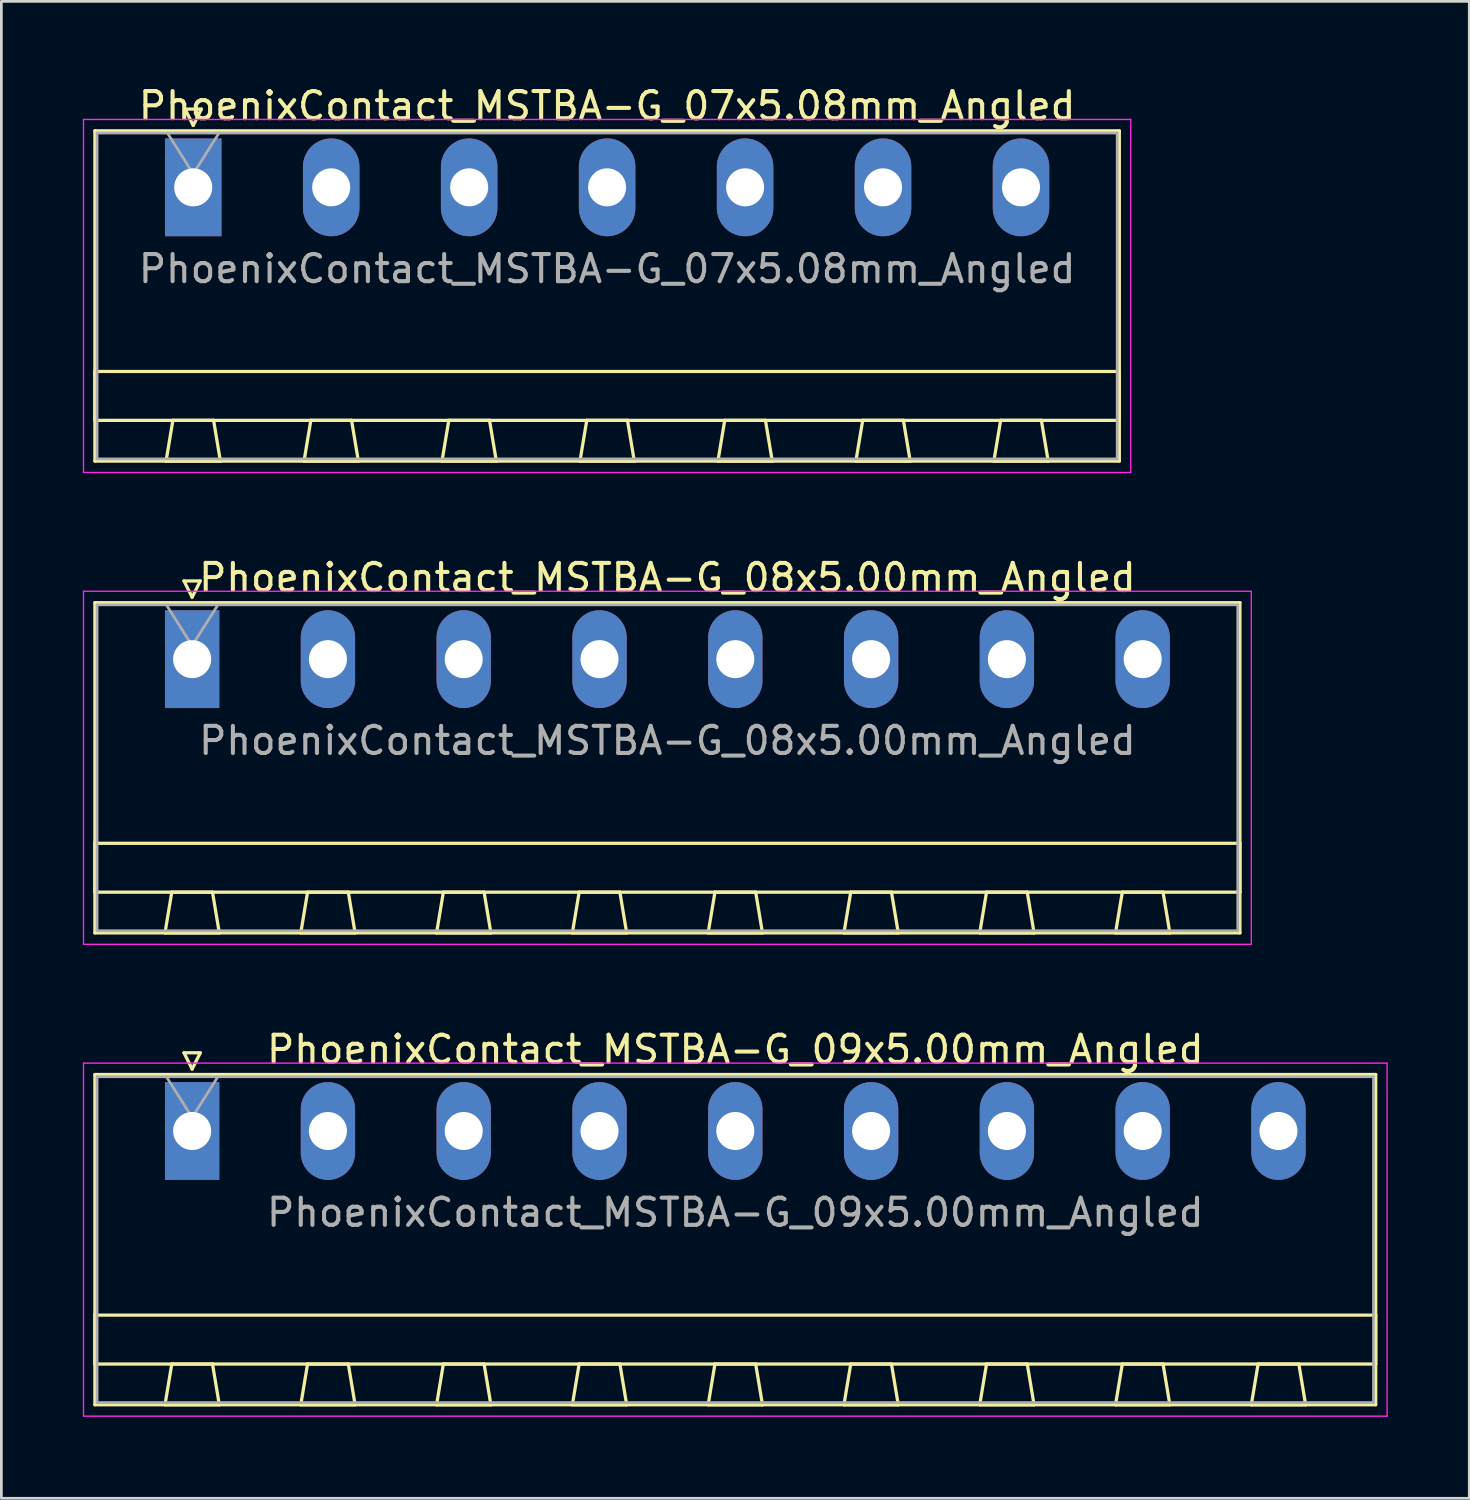
<source format=kicad_pcb>
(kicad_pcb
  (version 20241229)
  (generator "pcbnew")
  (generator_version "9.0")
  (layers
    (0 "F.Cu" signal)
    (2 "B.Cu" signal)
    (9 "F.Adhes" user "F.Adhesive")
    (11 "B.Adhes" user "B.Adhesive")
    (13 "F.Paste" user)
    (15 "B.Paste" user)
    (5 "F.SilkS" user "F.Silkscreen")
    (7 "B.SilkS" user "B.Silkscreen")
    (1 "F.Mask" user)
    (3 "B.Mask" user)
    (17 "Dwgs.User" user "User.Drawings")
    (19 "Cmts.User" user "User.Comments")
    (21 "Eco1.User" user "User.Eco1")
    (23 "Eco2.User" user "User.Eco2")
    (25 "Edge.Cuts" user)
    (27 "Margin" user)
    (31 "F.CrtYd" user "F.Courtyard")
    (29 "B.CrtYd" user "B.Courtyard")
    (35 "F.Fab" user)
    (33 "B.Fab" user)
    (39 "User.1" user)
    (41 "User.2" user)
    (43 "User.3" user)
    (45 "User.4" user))
  (footprint "PhoenixContact_MSTBA-G_09x5.00mm_Angled"
    (layer "F.Cu")
    (at 4.025 38.595)
    (property "Reference" "PhoenixContact_MSTBA-G_09x5.00mm_Angled" (at 20 -3 0) (layer "F.SilkS") (effects (font (size 1 1) (thickness 0.15))))
    (attr through_hole)
    (fp_line (start -3.58 -2.08) (end -3.58 10.08) (stroke (width 0.12) (type solid)) (layer "F.SilkS"))
    (fp_line (start -3.58 6.78) (end 43.58 6.78) (stroke (width 0.12) (type solid)) (layer "F.SilkS"))
    (fp_line (start -3.58 8.58) (end -3.58 6.78) (stroke (width 0.12) (type solid)) (layer "F.SilkS"))
    (fp_line (start -3.58 10.08) (end 43.58 10.08) (stroke (width 0.12) (type solid)) (layer "F.SilkS"))
    (fp_line (start -1 10.08) (end 1 10.08) (stroke (width 0.12) (type solid)) (layer "F.SilkS"))
    (fp_line (start -0.75 8.58) (end -1 10.08) (stroke (width 0.12) (type solid)) (layer "F.SilkS"))
    (fp_line (start -0.3 -2.88) (end 0.3 -2.88) (stroke (width 0.12) (type solid)) (layer "F.SilkS"))
    (fp_line (start 0 -2.28) (end -0.3 -2.88) (stroke (width 0.12) (type solid)) (layer "F.SilkS"))
    (fp_line (start 0.3 -2.88) (end 0 -2.28) (stroke (width 0.12) (type solid)) (layer "F.SilkS"))
    (fp_line (start 0.75 8.58) (end -0.75 8.58) (stroke (width 0.12) (type solid)) (layer "F.SilkS"))
    (fp_line (start 1 10.08) (end 0.75 8.58) (stroke (width 0.12) (type solid)) (layer "F.SilkS"))
    (fp_line (start 4 10.08) (end 6 10.08) (stroke (width 0.12) (type solid)) (layer "F.SilkS"))
    (fp_line (start 4.25 8.58) (end 4 10.08) (stroke (width 0.12) (type solid)) (layer "F.SilkS"))
    (fp_line (start 5.75 8.58) (end 4.25 8.58) (stroke (width 0.12) (type solid)) (layer "F.SilkS"))
    (fp_line (start 6 10.08) (end 5.75 8.58) (stroke (width 0.12) (type solid)) (layer "F.SilkS"))
    (fp_line (start 9 10.08) (end 11 10.08) (stroke (width 0.12) (type solid)) (layer "F.SilkS"))
    (fp_line (start 9.25 8.58) (end 9 10.08) (stroke (width 0.12) (type solid)) (layer "F.SilkS"))
    (fp_line (start 10.75 8.58) (end 9.25 8.58) (stroke (width 0.12) (type solid)) (layer "F.SilkS"))
    (fp_line (start 11 10.08) (end 10.75 8.58) (stroke (width 0.12) (type solid)) (layer "F.SilkS"))
    (fp_line (start 14 10.08) (end 16 10.08) (stroke (width 0.12) (type solid)) (layer "F.SilkS"))
    (fp_line (start 14.25 8.58) (end 14 10.08) (stroke (width 0.12) (type solid)) (layer "F.SilkS"))
    (fp_line (start 15.75 8.58) (end 14.25 8.58) (stroke (width 0.12) (type solid)) (layer "F.SilkS"))
    (fp_line (start 16 10.08) (end 15.75 8.58) (stroke (width 0.12) (type solid)) (layer "F.SilkS"))
    (fp_line (start 19 10.08) (end 21 10.08) (stroke (width 0.12) (type solid)) (layer "F.SilkS"))
    (fp_line (start 19.25 8.58) (end 19 10.08) (stroke (width 0.12) (type solid)) (layer "F.SilkS"))
    (fp_line (start 20.75 8.58) (end 19.25 8.58) (stroke (width 0.12) (type solid)) (layer "F.SilkS"))
    (fp_line (start 21 10.08) (end 20.75 8.58) (stroke (width 0.12) (type solid)) (layer "F.SilkS"))
    (fp_line (start 24 10.08) (end 26 10.08) (stroke (width 0.12) (type solid)) (layer "F.SilkS"))
    (fp_line (start 24.25 8.58) (end 24 10.08) (stroke (width 0.12) (type solid)) (layer "F.SilkS"))
    (fp_line (start 25.75 8.58) (end 24.25 8.58) (stroke (width 0.12) (type solid)) (layer "F.SilkS"))
    (fp_line (start 26 10.08) (end 25.75 8.58) (stroke (width 0.12) (type solid)) (layer "F.SilkS"))
    (fp_line (start 29 10.08) (end 31 10.08) (stroke (width 0.12) (type solid)) (layer "F.SilkS"))
    (fp_line (start 29.25 8.58) (end 29 10.08) (stroke (width 0.12) (type solid)) (layer "F.SilkS"))
    (fp_line (start 30.75 8.58) (end 29.25 8.58) (stroke (width 0.12) (type solid)) (layer "F.SilkS"))
    (fp_line (start 31 10.08) (end 30.75 8.58) (stroke (width 0.12) (type solid)) (layer "F.SilkS"))
    (fp_line (start 34 10.08) (end 36 10.08) (stroke (width 0.12) (type solid)) (layer "F.SilkS"))
    (fp_line (start 34.25 8.58) (end 34 10.08) (stroke (width 0.12) (type solid)) (layer "F.SilkS"))
    (fp_line (start 35.75 8.58) (end 34.25 8.58) (stroke (width 0.12) (type solid)) (layer "F.SilkS"))
    (fp_line (start 36 10.08) (end 35.75 8.58) (stroke (width 0.12) (type solid)) (layer "F.SilkS"))
    (fp_line (start 39 10.08) (end 41 10.08) (stroke (width 0.12) (type solid)) (layer "F.SilkS"))
    (fp_line (start 39.25 8.58) (end 39 10.08) (stroke (width 0.12) (type solid)) (layer "F.SilkS"))
    (fp_line (start 40.75 8.58) (end 39.25 8.58) (stroke (width 0.12) (type solid)) (layer "F.SilkS"))
    (fp_line (start 41 10.08) (end 40.75 8.58) (stroke (width 0.12) (type solid)) (layer "F.SilkS"))
    (fp_line (start 43.58 -2.08) (end -3.58 -2.08) (stroke (width 0.12) (type solid)) (layer "F.SilkS"))
    (fp_line (start 43.58 6.78) (end 43.58 8.58) (stroke (width 0.12) (type solid)) (layer "F.SilkS"))
    (fp_line (start 43.58 8.58) (end -3.58 8.58) (stroke (width 0.12) (type solid)) (layer "F.SilkS"))
    (fp_line (start 43.58 10.08) (end 43.58 -2.08) (stroke (width 0.12) (type solid)) (layer "F.SilkS"))
    (fp_line (start -4 -2.5) (end -4 10.5) (stroke (width 0.05) (type solid)) (layer "F.CrtYd"))
    (fp_line (start -4 10.5) (end 44 10.5) (stroke (width 0.05) (type solid)) (layer "F.CrtYd"))
    (fp_line (start 44 -2.5) (end -4 -2.5) (stroke (width 0.05) (type solid)) (layer "F.CrtYd"))
    (fp_line (start 44 10.5) (end 44 -2.5) (stroke (width 0.05) (type solid)) (layer "F.CrtYd"))
    (fp_line (start -3.5 -2) (end -3.5 10) (stroke (width 0.1) (type solid)) (layer "F.Fab"))
    (fp_line (start -3.5 10) (end 43.5 10) (stroke (width 0.1) (type solid)) (layer "F.Fab"))
    (fp_line (start 0 -0.5) (end -0.95 -2) (stroke (width 0.1) (type solid)) (layer "F.Fab"))
    (fp_line (start 0.95 -2) (end 0 -0.5) (stroke (width 0.1) (type solid)) (layer "F.Fab"))
    (fp_line (start 43.5 -2) (end -3.5 -2) (stroke (width 0.1) (type solid)) (layer "F.Fab"))
    (fp_line (start 43.5 10) (end 43.5 -2) (stroke (width 0.1) (type solid)) (layer "F.Fab"))
    (fp_text user "${REFERENCE}" (at 20 3 0) (layer "F.Fab") (effects (font (size 1 1) (thickness 0.15))))
    (pad "1" thru_hole rect (at 0 0) (size 2 3.6) (drill 1.4) (layers "*.Cu" "*.Mask"))
    (pad "2" thru_hole oval (at 5 0) (size 2 3.6) (drill 1.4) (layers "*.Cu" "*.Mask"))
    (pad "3" thru_hole oval (at 10 0) (size 2 3.6) (drill 1.4) (layers "*.Cu" "*.Mask"))
    (pad "4" thru_hole oval (at 15 0) (size 2 3.6) (drill 1.4) (layers "*.Cu" "*.Mask"))
    (pad "5" thru_hole oval (at 20 0) (size 2 3.6) (drill 1.4) (layers "*.Cu" "*.Mask"))
    (pad "6" thru_hole oval (at 25 0) (size 2 3.6) (drill 1.4) (layers "*.Cu" "*.Mask"))
    (pad "7" thru_hole oval (at 30 0) (size 2 3.6) (drill 1.4) (layers "*.Cu" "*.Mask"))
    (pad "8" thru_hole oval (at 35 0) (size 2 3.6) (drill 1.4) (layers "*.Cu" "*.Mask"))
    (pad "9" thru_hole oval (at 40 0) (size 2 3.6) (drill 1.4) (layers "*.Cu" "*.Mask")))
  (footprint "PhoenixContact_MSTBA-G_08x5.00mm_Angled"
    (layer "F.Cu")
    (at 4.025 21.221)
    (property "Reference" "PhoenixContact_MSTBA-G_08x5.00mm_Angled" (at 17.5 -3 0) (layer "F.SilkS") (effects (font (size 1 1) (thickness 0.15))))
    (attr through_hole)
    (fp_line (start -3.58 -2.08) (end -3.58 10.08) (stroke (width 0.12) (type solid)) (layer "F.SilkS"))
    (fp_line (start -3.58 6.78) (end 38.58 6.78) (stroke (width 0.12) (type solid)) (layer "F.SilkS"))
    (fp_line (start -3.58 8.58) (end -3.58 6.78) (stroke (width 0.12) (type solid)) (layer "F.SilkS"))
    (fp_line (start -3.58 10.08) (end 38.58 10.08) (stroke (width 0.12) (type solid)) (layer "F.SilkS"))
    (fp_line (start -1 10.08) (end 1 10.08) (stroke (width 0.12) (type solid)) (layer "F.SilkS"))
    (fp_line (start -0.75 8.58) (end -1 10.08) (stroke (width 0.12) (type solid)) (layer "F.SilkS"))
    (fp_line (start -0.3 -2.88) (end 0.3 -2.88) (stroke (width 0.12) (type solid)) (layer "F.SilkS"))
    (fp_line (start 0 -2.28) (end -0.3 -2.88) (stroke (width 0.12) (type solid)) (layer "F.SilkS"))
    (fp_line (start 0.3 -2.88) (end 0 -2.28) (stroke (width 0.12) (type solid)) (layer "F.SilkS"))
    (fp_line (start 0.75 8.58) (end -0.75 8.58) (stroke (width 0.12) (type solid)) (layer "F.SilkS"))
    (fp_line (start 1 10.08) (end 0.75 8.58) (stroke (width 0.12) (type solid)) (layer "F.SilkS"))
    (fp_line (start 4 10.08) (end 6 10.08) (stroke (width 0.12) (type solid)) (layer "F.SilkS"))
    (fp_line (start 4.25 8.58) (end 4 10.08) (stroke (width 0.12) (type solid)) (layer "F.SilkS"))
    (fp_line (start 5.75 8.58) (end 4.25 8.58) (stroke (width 0.12) (type solid)) (layer "F.SilkS"))
    (fp_line (start 6 10.08) (end 5.75 8.58) (stroke (width 0.12) (type solid)) (layer "F.SilkS"))
    (fp_line (start 9 10.08) (end 11 10.08) (stroke (width 0.12) (type solid)) (layer "F.SilkS"))
    (fp_line (start 9.25 8.58) (end 9 10.08) (stroke (width 0.12) (type solid)) (layer "F.SilkS"))
    (fp_line (start 10.75 8.58) (end 9.25 8.58) (stroke (width 0.12) (type solid)) (layer "F.SilkS"))
    (fp_line (start 11 10.08) (end 10.75 8.58) (stroke (width 0.12) (type solid)) (layer "F.SilkS"))
    (fp_line (start 14 10.08) (end 16 10.08) (stroke (width 0.12) (type solid)) (layer "F.SilkS"))
    (fp_line (start 14.25 8.58) (end 14 10.08) (stroke (width 0.12) (type solid)) (layer "F.SilkS"))
    (fp_line (start 15.75 8.58) (end 14.25 8.58) (stroke (width 0.12) (type solid)) (layer "F.SilkS"))
    (fp_line (start 16 10.08) (end 15.75 8.58) (stroke (width 0.12) (type solid)) (layer "F.SilkS"))
    (fp_line (start 19 10.08) (end 21 10.08) (stroke (width 0.12) (type solid)) (layer "F.SilkS"))
    (fp_line (start 19.25 8.58) (end 19 10.08) (stroke (width 0.12) (type solid)) (layer "F.SilkS"))
    (fp_line (start 20.75 8.58) (end 19.25 8.58) (stroke (width 0.12) (type solid)) (layer "F.SilkS"))
    (fp_line (start 21 10.08) (end 20.75 8.58) (stroke (width 0.12) (type solid)) (layer "F.SilkS"))
    (fp_line (start 24 10.08) (end 26 10.08) (stroke (width 0.12) (type solid)) (layer "F.SilkS"))
    (fp_line (start 24.25 8.58) (end 24 10.08) (stroke (width 0.12) (type solid)) (layer "F.SilkS"))
    (fp_line (start 25.75 8.58) (end 24.25 8.58) (stroke (width 0.12) (type solid)) (layer "F.SilkS"))
    (fp_line (start 26 10.08) (end 25.75 8.58) (stroke (width 0.12) (type solid)) (layer "F.SilkS"))
    (fp_line (start 29 10.08) (end 31 10.08) (stroke (width 0.12) (type solid)) (layer "F.SilkS"))
    (fp_line (start 29.25 8.58) (end 29 10.08) (stroke (width 0.12) (type solid)) (layer "F.SilkS"))
    (fp_line (start 30.75 8.58) (end 29.25 8.58) (stroke (width 0.12) (type solid)) (layer "F.SilkS"))
    (fp_line (start 31 10.08) (end 30.75 8.58) (stroke (width 0.12) (type solid)) (layer "F.SilkS"))
    (fp_line (start 34 10.08) (end 36 10.08) (stroke (width 0.12) (type solid)) (layer "F.SilkS"))
    (fp_line (start 34.25 8.58) (end 34 10.08) (stroke (width 0.12) (type solid)) (layer "F.SilkS"))
    (fp_line (start 35.75 8.58) (end 34.25 8.58) (stroke (width 0.12) (type solid)) (layer "F.SilkS"))
    (fp_line (start 36 10.08) (end 35.75 8.58) (stroke (width 0.12) (type solid)) (layer "F.SilkS"))
    (fp_line (start 38.58 -2.08) (end -3.58 -2.08) (stroke (width 0.12) (type solid)) (layer "F.SilkS"))
    (fp_line (start 38.58 6.78) (end 38.58 8.58) (stroke (width 0.12) (type solid)) (layer "F.SilkS"))
    (fp_line (start 38.58 8.58) (end -3.58 8.58) (stroke (width 0.12) (type solid)) (layer "F.SilkS"))
    (fp_line (start 38.58 10.08) (end 38.58 -2.08) (stroke (width 0.12) (type solid)) (layer "F.SilkS"))
    (fp_line (start -4 -2.5) (end -4 10.5) (stroke (width 0.05) (type solid)) (layer "F.CrtYd"))
    (fp_line (start -4 10.5) (end 39 10.5) (stroke (width 0.05) (type solid)) (layer "F.CrtYd"))
    (fp_line (start 39 -2.5) (end -4 -2.5) (stroke (width 0.05) (type solid)) (layer "F.CrtYd"))
    (fp_line (start 39 10.5) (end 39 -2.5) (stroke (width 0.05) (type solid)) (layer "F.CrtYd"))
    (fp_line (start -3.5 -2) (end -3.5 10) (stroke (width 0.1) (type solid)) (layer "F.Fab"))
    (fp_line (start -3.5 10) (end 38.5 10) (stroke (width 0.1) (type solid)) (layer "F.Fab"))
    (fp_line (start 0 -0.5) (end -0.95 -2) (stroke (width 0.1) (type solid)) (layer "F.Fab"))
    (fp_line (start 0.95 -2) (end 0 -0.5) (stroke (width 0.1) (type solid)) (layer "F.Fab"))
    (fp_line (start 38.5 -2) (end -3.5 -2) (stroke (width 0.1) (type solid)) (layer "F.Fab"))
    (fp_line (start 38.5 10) (end 38.5 -2) (stroke (width 0.1) (type solid)) (layer "F.Fab"))
    (fp_text user "${REFERENCE}" (at 17.5 3 0) (layer "F.Fab") (effects (font (size 1 1) (thickness 0.15))))
    (pad "1" thru_hole rect (at 0 0) (size 2 3.6) (drill 1.4) (layers "*.Cu" "*.Mask"))
    (pad "2" thru_hole oval (at 5 0) (size 2 3.6) (drill 1.4) (layers "*.Cu" "*.Mask"))
    (pad "3" thru_hole oval (at 10 0) (size 2 3.6) (drill 1.4) (layers "*.Cu" "*.Mask"))
    (pad "4" thru_hole oval (at 15 0) (size 2 3.6) (drill 1.4) (layers "*.Cu" "*.Mask"))
    (pad "5" thru_hole oval (at 20 0) (size 2 3.6) (drill 1.4) (layers "*.Cu" "*.Mask"))
    (pad "6" thru_hole oval (at 25 0) (size 2 3.6) (drill 1.4) (layers "*.Cu" "*.Mask"))
    (pad "7" thru_hole oval (at 30 0) (size 2 3.6) (drill 1.4) (layers "*.Cu" "*.Mask"))
    (pad "8" thru_hole oval (at 35 0) (size 2 3.6) (drill 1.4) (layers "*.Cu" "*.Mask")))
  (footprint "PhoenixContact_MSTBA-G_07x5.08mm_Angled"
    (layer "F.Cu")
    (at 4.065 3.848)
    (property "Reference" "PhoenixContact_MSTBA-G_07x5.08mm_Angled" (at 15.24 -3 0) (layer "F.SilkS") (effects (font (size 1 1) (thickness 0.15))))
    (attr through_hole)
    (fp_line (start -3.62 -2.08) (end -3.62 10.08) (stroke (width 0.12) (type solid)) (layer "F.SilkS"))
    (fp_line (start -3.62 6.78) (end 34.1 6.78) (stroke (width 0.12) (type solid)) (layer "F.SilkS"))
    (fp_line (start -3.62 8.58) (end -3.62 6.78) (stroke (width 0.12) (type solid)) (layer "F.SilkS"))
    (fp_line (start -3.62 10.08) (end 34.1 10.08) (stroke (width 0.12) (type solid)) (layer "F.SilkS"))
    (fp_line (start -1 10.08) (end 1 10.08) (stroke (width 0.12) (type solid)) (layer "F.SilkS"))
    (fp_line (start -0.75 8.58) (end -1 10.08) (stroke (width 0.12) (type solid)) (layer "F.SilkS"))
    (fp_line (start -0.3 -2.88) (end 0.3 -2.88) (stroke (width 0.12) (type solid)) (layer "F.SilkS"))
    (fp_line (start 0 -2.28) (end -0.3 -2.88) (stroke (width 0.12) (type solid)) (layer "F.SilkS"))
    (fp_line (start 0.3 -2.88) (end 0 -2.28) (stroke (width 0.12) (type solid)) (layer "F.SilkS"))
    (fp_line (start 0.75 8.58) (end -0.75 8.58) (stroke (width 0.12) (type solid)) (layer "F.SilkS"))
    (fp_line (start 1 10.08) (end 0.75 8.58) (stroke (width 0.12) (type solid)) (layer "F.SilkS"))
    (fp_line (start 4.08 10.08) (end 6.08 10.08) (stroke (width 0.12) (type solid)) (layer "F.SilkS"))
    (fp_line (start 4.33 8.58) (end 4.08 10.08) (stroke (width 0.12) (type solid)) (layer "F.SilkS"))
    (fp_line (start 5.83 8.58) (end 4.33 8.58) (stroke (width 0.12) (type solid)) (layer "F.SilkS"))
    (fp_line (start 6.08 10.08) (end 5.83 8.58) (stroke (width 0.12) (type solid)) (layer "F.SilkS"))
    (fp_line (start 9.16 10.08) (end 11.16 10.08) (stroke (width 0.12) (type solid)) (layer "F.SilkS"))
    (fp_line (start 9.41 8.58) (end 9.16 10.08) (stroke (width 0.12) (type solid)) (layer "F.SilkS"))
    (fp_line (start 10.91 8.58) (end 9.41 8.58) (stroke (width 0.12) (type solid)) (layer "F.SilkS"))
    (fp_line (start 11.16 10.08) (end 10.91 8.58) (stroke (width 0.12) (type solid)) (layer "F.SilkS"))
    (fp_line (start 14.24 10.08) (end 16.24 10.08) (stroke (width 0.12) (type solid)) (layer "F.SilkS"))
    (fp_line (start 14.49 8.58) (end 14.24 10.08) (stroke (width 0.12) (type solid)) (layer "F.SilkS"))
    (fp_line (start 15.99 8.58) (end 14.49 8.58) (stroke (width 0.12) (type solid)) (layer "F.SilkS"))
    (fp_line (start 16.24 10.08) (end 15.99 8.58) (stroke (width 0.12) (type solid)) (layer "F.SilkS"))
    (fp_line (start 19.32 10.08) (end 21.32 10.08) (stroke (width 0.12) (type solid)) (layer "F.SilkS"))
    (fp_line (start 19.57 8.58) (end 19.32 10.08) (stroke (width 0.12) (type solid)) (layer "F.SilkS"))
    (fp_line (start 21.07 8.58) (end 19.57 8.58) (stroke (width 0.12) (type solid)) (layer "F.SilkS"))
    (fp_line (start 21.32 10.08) (end 21.07 8.58) (stroke (width 0.12) (type solid)) (layer "F.SilkS"))
    (fp_line (start 24.4 10.08) (end 26.4 10.08) (stroke (width 0.12) (type solid)) (layer "F.SilkS"))
    (fp_line (start 24.65 8.58) (end 24.4 10.08) (stroke (width 0.12) (type solid)) (layer "F.SilkS"))
    (fp_line (start 26.15 8.58) (end 24.65 8.58) (stroke (width 0.12) (type solid)) (layer "F.SilkS"))
    (fp_line (start 26.4 10.08) (end 26.15 8.58) (stroke (width 0.12) (type solid)) (layer "F.SilkS"))
    (fp_line (start 29.48 10.08) (end 31.48 10.08) (stroke (width 0.12) (type solid)) (layer "F.SilkS"))
    (fp_line (start 29.73 8.58) (end 29.48 10.08) (stroke (width 0.12) (type solid)) (layer "F.SilkS"))
    (fp_line (start 31.23 8.58) (end 29.73 8.58) (stroke (width 0.12) (type solid)) (layer "F.SilkS"))
    (fp_line (start 31.48 10.08) (end 31.23 8.58) (stroke (width 0.12) (type solid)) (layer "F.SilkS"))
    (fp_line (start 34.1 -2.08) (end -3.62 -2.08) (stroke (width 0.12) (type solid)) (layer "F.SilkS"))
    (fp_line (start 34.1 6.78) (end 34.1 8.58) (stroke (width 0.12) (type solid)) (layer "F.SilkS"))
    (fp_line (start 34.1 8.58) (end -3.62 8.58) (stroke (width 0.12) (type solid)) (layer "F.SilkS"))
    (fp_line (start 34.1 10.08) (end 34.1 -2.08) (stroke (width 0.12) (type solid)) (layer "F.SilkS"))
    (fp_line (start -4.04 -2.5) (end -4.04 10.5) (stroke (width 0.05) (type solid)) (layer "F.CrtYd"))
    (fp_line (start -4.04 10.5) (end 34.52 10.5) (stroke (width 0.05) (type solid)) (layer "F.CrtYd"))
    (fp_line (start 34.52 -2.5) (end -4.04 -2.5) (stroke (width 0.05) (type solid)) (layer "F.CrtYd"))
    (fp_line (start 34.52 10.5) (end 34.52 -2.5) (stroke (width 0.05) (type solid)) (layer "F.CrtYd"))
    (fp_line (start -3.54 -2) (end -3.54 10) (stroke (width 0.1) (type solid)) (layer "F.Fab"))
    (fp_line (start -3.54 10) (end 34.02 10) (stroke (width 0.1) (type solid)) (layer "F.Fab"))
    (fp_line (start 0 -0.5) (end -0.95 -2) (stroke (width 0.1) (type solid)) (layer "F.Fab"))
    (fp_line (start 0.95 -2) (end 0 -0.5) (stroke (width 0.1) (type solid)) (layer "F.Fab"))
    (fp_line (start 34.02 -2) (end -3.54 -2) (stroke (width 0.1) (type solid)) (layer "F.Fab"))
    (fp_line (start 34.02 10) (end 34.02 -2) (stroke (width 0.1) (type solid)) (layer "F.Fab"))
    (fp_text user "${REFERENCE}" (at 15.24 3 0) (layer "F.Fab") (effects (font (size 1 1) (thickness 0.15))))
    (pad "1" thru_hole rect (at 0 0) (size 2.08 3.6) (drill 1.4) (layers "*.Cu" "*.Mask"))
    (pad "2" thru_hole oval (at 5.08 0) (size 2.08 3.6) (drill 1.4) (layers "*.Cu" "*.Mask"))
    (pad "3" thru_hole oval (at 10.16 0) (size 2.08 3.6) (drill 1.4) (layers "*.Cu" "*.Mask"))
    (pad "4" thru_hole oval (at 15.24 0) (size 2.08 3.6) (drill 1.4) (layers "*.Cu" "*.Mask"))
    (pad "5" thru_hole oval (at 20.32 0) (size 2.08 3.6) (drill 1.4) (layers "*.Cu" "*.Mask"))
    (pad "6" thru_hole oval (at 25.4 0) (size 2.08 3.6) (drill 1.4) (layers "*.Cu" "*.Mask"))
    (pad "7" thru_hole oval (at 30.48 0) (size 2.08 3.6) (drill 1.4) (layers "*.Cu" "*.Mask")))
  (gr_rect
    (start -3 -3)
    (end 51.05 52.12)
    (stroke (width 0.1) (type default))
    (fill no)
    (layer "Edge.Cuts")))
</source>
